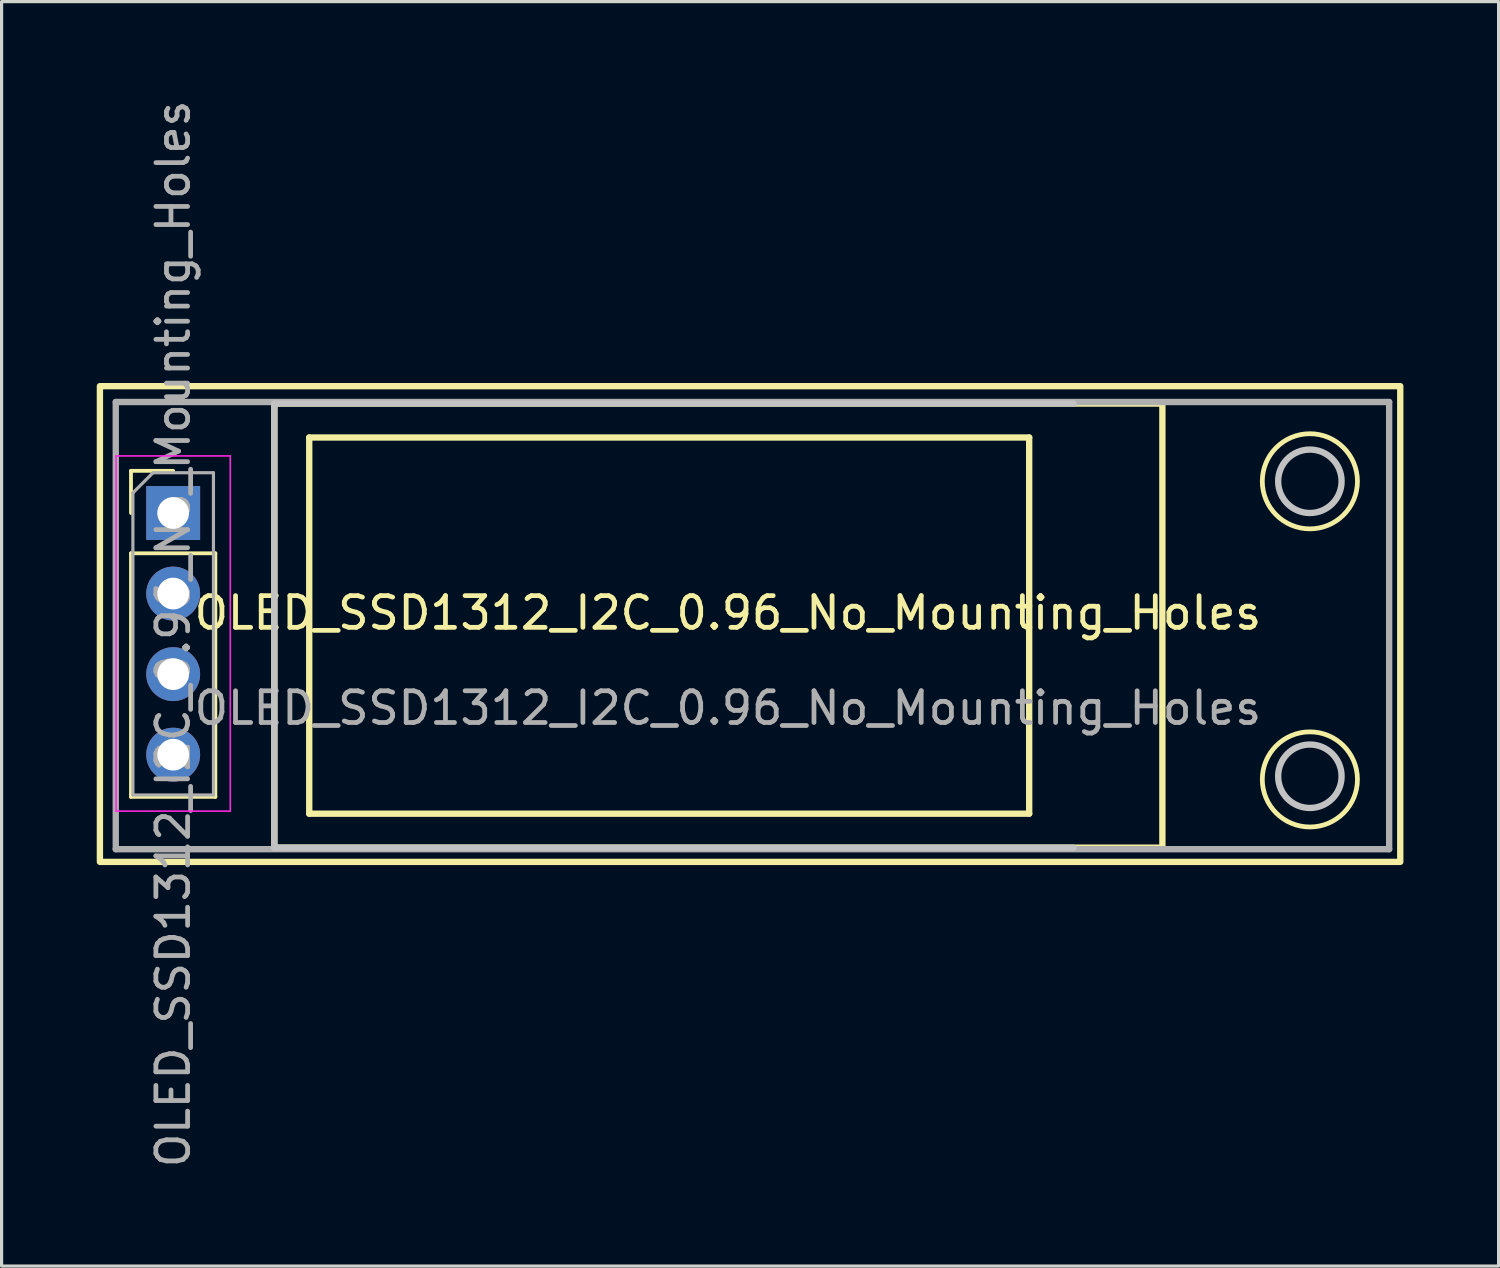
<source format=kicad_pcb>
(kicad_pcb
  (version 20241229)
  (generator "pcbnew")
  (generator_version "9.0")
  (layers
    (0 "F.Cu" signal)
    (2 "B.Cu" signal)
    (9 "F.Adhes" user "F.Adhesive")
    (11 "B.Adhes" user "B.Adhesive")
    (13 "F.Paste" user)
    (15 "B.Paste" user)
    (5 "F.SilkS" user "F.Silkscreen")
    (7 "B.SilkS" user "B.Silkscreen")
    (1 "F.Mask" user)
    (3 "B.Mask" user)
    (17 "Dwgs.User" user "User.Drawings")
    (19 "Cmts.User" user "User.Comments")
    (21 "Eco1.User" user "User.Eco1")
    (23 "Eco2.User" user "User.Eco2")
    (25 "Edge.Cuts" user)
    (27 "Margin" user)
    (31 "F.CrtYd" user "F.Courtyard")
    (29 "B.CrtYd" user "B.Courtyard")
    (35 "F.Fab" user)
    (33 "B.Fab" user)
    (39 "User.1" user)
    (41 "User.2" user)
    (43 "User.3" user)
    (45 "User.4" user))
  (footprint "OLED_SSD1312_I2C_0.96_No_Mounting_Holes"
    (layer "F.Cu")
    (at 20.6 17.625)
    (property "Reference" "OLED_SSD1312_I2C_0.96_No_Mounting_Holes" (at -0.7 -1.35 0) (unlocked yes) (layer "F.SilkS") (effects (font (size 1 1) (thickness 0.15))))
    (attr through_hole)
    (fp_line (start -19.52 -5.83) (end -18.19 -5.83) (stroke (width 0.12) (type solid)) (layer "F.SilkS"))
    (fp_line (start -19.52 -4.5) (end -19.52 -5.83) (stroke (width 0.12) (type solid)) (layer "F.SilkS"))
    (fp_line (start -19.52 -3.23) (end -19.52 4.45) (stroke (width 0.12) (type solid)) (layer "F.SilkS"))
    (fp_line (start -19.52 -3.23) (end -16.86 -3.23) (stroke (width 0.12) (type solid)) (layer "F.SilkS"))
    (fp_line (start -19.52 4.45) (end -16.86 4.45) (stroke (width 0.12) (type solid)) (layer "F.SilkS"))
    (fp_line (start -16.86 -3.23) (end -16.86 4.45) (stroke (width 0.12) (type solid)) (layer "F.SilkS"))
    (fp_line (start -15 6.05) (end -15 -7.95) (stroke (width 0.2) (type solid)) (layer "F.SilkS"))
    (fp_line (start -15 6.05) (end 13 6.05) (stroke (width 0.2) (type solid)) (layer "F.SilkS"))
    (fp_line (start -13.9 -6.88) (end -13.9 4.98) (stroke (width 0.2) (type solid)) (layer "F.SilkS"))
    (fp_line (start -13.9 4.98) (end 8.8 4.98) (stroke (width 0.2) (type solid)) (layer "F.SilkS"))
    (fp_line (start 8.8 -6.88) (end -13.9 -6.88) (stroke (width 0.2) (type solid)) (layer "F.SilkS"))
    (fp_line (start 8.8 4.98) (end 8.8 -6.88) (stroke (width 0.2) (type solid)) (layer "F.SilkS"))
    (fp_line (start 13 -7.95) (end -15 -7.95) (stroke (width 0.2) (type solid)) (layer "F.SilkS"))
    (fp_line (start 13 6.05) (end 13 -7.95) (stroke (width 0.2) (type solid)) (layer "F.SilkS"))
    (fp_circle (center 17.65 -5.5) (end 19.15 -5.5) (stroke (width 0.15) (type solid)) (fill no) (layer "F.SilkS"))
    (fp_circle (center 17.65 3.9) (end 19.15 3.9) (stroke (width 0.15) (type solid)) (fill no) (layer "F.SilkS"))
    (fp_poly (pts (xy 20.5 6.5) (xy -20.5 6.5) (xy -20.5 -8.5) (xy 20.5 -8.5)) (stroke (width 0.2) (type solid)) (fill no) (layer "F.SilkS"))
    (fp_line (start -15 -7.95) (end -15 6.05) (stroke (width 0.2) (type solid)) (layer "Dwgs.User"))
    (fp_line (start -15 -7.95) (end 10.2 -7.95) (stroke (width 0.2) (type solid)) (layer "Dwgs.User"))
    (fp_line (start 10.2 6.05) (end -15 6.05) (stroke (width 0.2) (type solid)) (layer "Dwgs.User"))
    (fp_circle (center 17.65 -5.5) (end 18.65 -5.5) (stroke (width 0.2) (type solid)) (fill no) (layer "Dwgs.User"))
    (fp_circle (center 17.65 3.8) (end 18.65 3.8) (stroke (width 0.2) (type solid)) (fill no) (layer "Dwgs.User"))
    (fp_line (start -19.99 -6.3) (end -19.99 4.9) (stroke (width 0.05) (type solid)) (layer "F.CrtYd"))
    (fp_line (start -19.99 4.9) (end -16.39 4.9) (stroke (width 0.05) (type solid)) (layer "F.CrtYd"))
    (fp_line (start -16.39 -6.3) (end -19.99 -6.3) (stroke (width 0.05) (type solid)) (layer "F.CrtYd"))
    (fp_line (start -16.39 4.9) (end -16.39 -6.3) (stroke (width 0.05) (type solid)) (layer "F.CrtYd"))
    (fp_line (start -20 6.1) (end -20 -8) (stroke (width 0.2) (type solid)) (layer "F.Fab"))
    (fp_line (start -20 6.1) (end 20.15 6.1) (stroke (width 0.2) (type solid)) (layer "F.Fab"))
    (fp_line (start -19.46 -5.135) (end -18.825 -5.77) (stroke (width 0.1) (type solid)) (layer "F.Fab"))
    (fp_line (start -19.46 4.39) (end -19.46 -5.135) (stroke (width 0.1) (type solid)) (layer "F.Fab"))
    (fp_line (start -18.825 -5.77) (end -16.92 -5.77) (stroke (width 0.1) (type solid)) (layer "F.Fab"))
    (fp_line (start -16.92 -5.77) (end -16.92 4.39) (stroke (width 0.1) (type solid)) (layer "F.Fab"))
    (fp_line (start -16.92 4.39) (end -19.46 4.39) (stroke (width 0.1) (type solid)) (layer "F.Fab"))
    (fp_line (start 20.15 -8) (end -20 -8) (stroke (width 0.2) (type solid)) (layer "F.Fab"))
    (fp_line (start 20.15 6.1) (end 20.15 -8) (stroke (width 0.2) (type solid)) (layer "F.Fab"))
    (fp_text user "${REFERENCE}" (at -18.19 -0.69 90) (layer "F.Fab") (effects (font (size 1 1) (thickness 0.15))))
    (fp_text user "${REFERENCE}" (at -0.7 1.65 0) (unlocked yes) (layer "F.Fab") (effects (font (size 1 1) (thickness 0.15))))
    (pad "1" thru_hole rect (at -18.19 -4.5) (size 1.7 1.7) (drill 1) (layers "*.Cu" "*.Mask"))
    (pad "2" thru_hole oval (at -18.19 -1.96) (size 1.7 1.7) (drill 1) (layers "*.Cu" "*.Mask"))
    (pad "3" thru_hole oval (at -18.19 0.58) (size 1.7 1.7) (drill 1) (layers "*.Cu" "*.Mask"))
    (pad "4" thru_hole oval (at -18.19 3.12) (size 1.7 1.7) (drill 1) (layers "*.Cu" "*.Mask")))
  (gr_rect
    (start -3 -3)
    (end 44.2 36.869)
    (stroke (width 0.1) (type default))
    (fill no)
    (layer "Edge.Cuts")))
</source>
